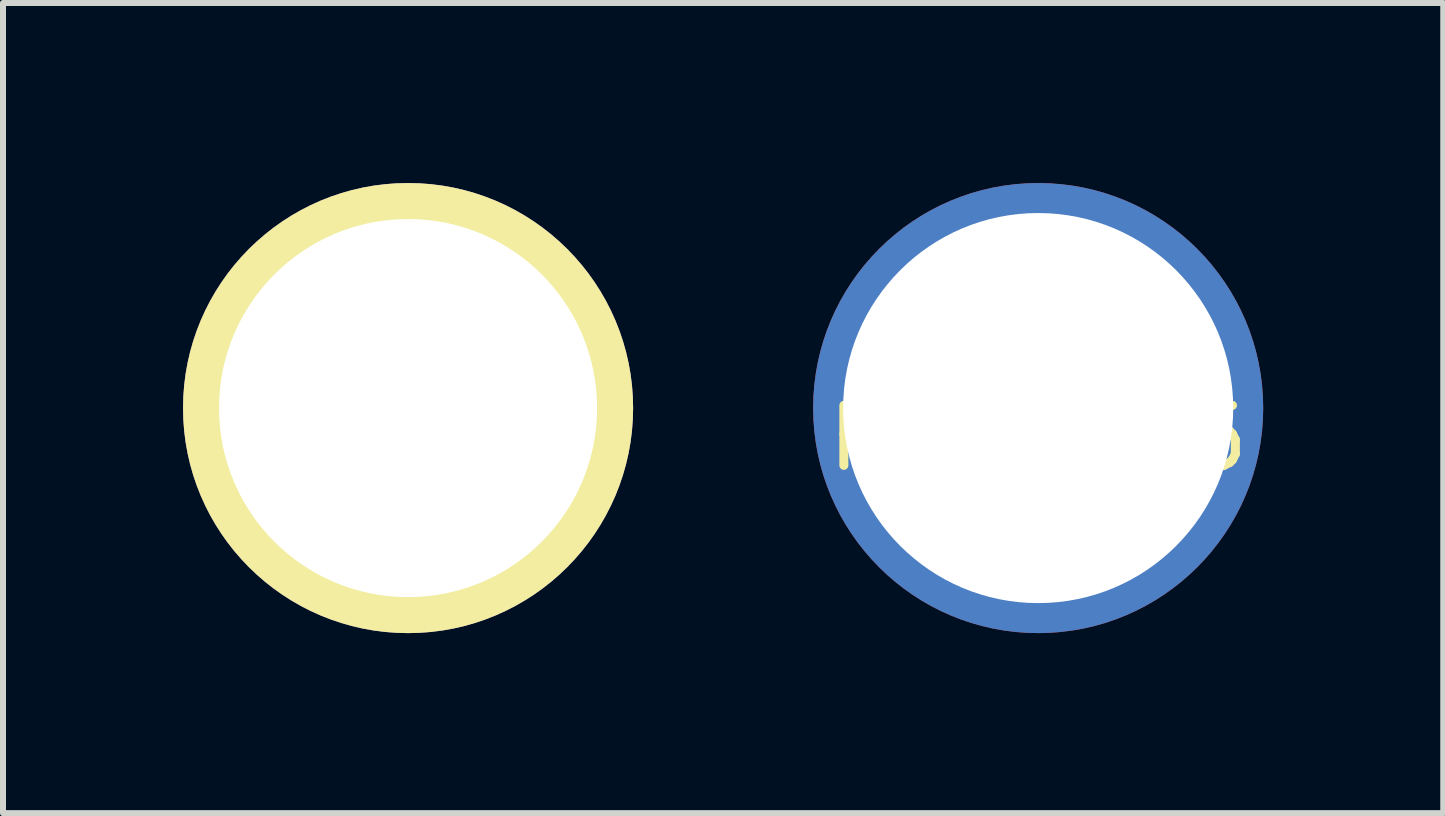
<source format=kicad_pcb>
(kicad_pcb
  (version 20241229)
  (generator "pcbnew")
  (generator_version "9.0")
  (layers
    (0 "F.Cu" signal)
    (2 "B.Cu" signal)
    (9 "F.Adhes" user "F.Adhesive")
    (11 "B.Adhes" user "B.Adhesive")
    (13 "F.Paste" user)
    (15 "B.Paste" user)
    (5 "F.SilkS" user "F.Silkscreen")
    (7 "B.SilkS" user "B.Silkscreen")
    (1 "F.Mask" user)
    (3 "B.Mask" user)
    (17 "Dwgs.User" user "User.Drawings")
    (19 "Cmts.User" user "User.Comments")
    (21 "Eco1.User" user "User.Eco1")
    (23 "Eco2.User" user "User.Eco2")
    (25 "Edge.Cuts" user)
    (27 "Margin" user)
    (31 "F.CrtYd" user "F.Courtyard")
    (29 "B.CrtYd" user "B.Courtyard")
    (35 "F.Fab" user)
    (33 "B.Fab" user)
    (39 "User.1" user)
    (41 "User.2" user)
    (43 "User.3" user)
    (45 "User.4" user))
  (footprint "HOLE_6.3"
    (placed yes)
    (layer "F.Cu")
    (at 3.75 3.75)
    (property "Reference" "HOLE_6.3" (at 0 0.5 0) (layer "F.SilkS") (effects (font (size 1 1) (thickness 0.15))))
    (attr through_hole)
    (pad "1" thru_hole circle (at 0 0) (size 7.5 7.5) (drill 6.3) (layers "*.Cu" "*.Mask" "F.SilkS")))
  (footprint "HOLE_6.5"
    (layer "F.Cu")
    (at 14.25 3.75)
    (property "Reference" "HOLE_6.5" (at 0 0.5 0) (layer "F.SilkS") (effects (font (size 1 1) (thickness 0.15))))
    (attr through_hole)
    (pad "1" thru_hole circle (at 0 0) (size 7.5 7.5) (drill 6.5) (layers "*.Cu" "*.Mask")))
  (gr_rect
    (start -3 -3)
    (end 21 10.5)
    (stroke (width 0.1) (type default))
    (fill no)
    (layer "Edge.Cuts")))
</source>
